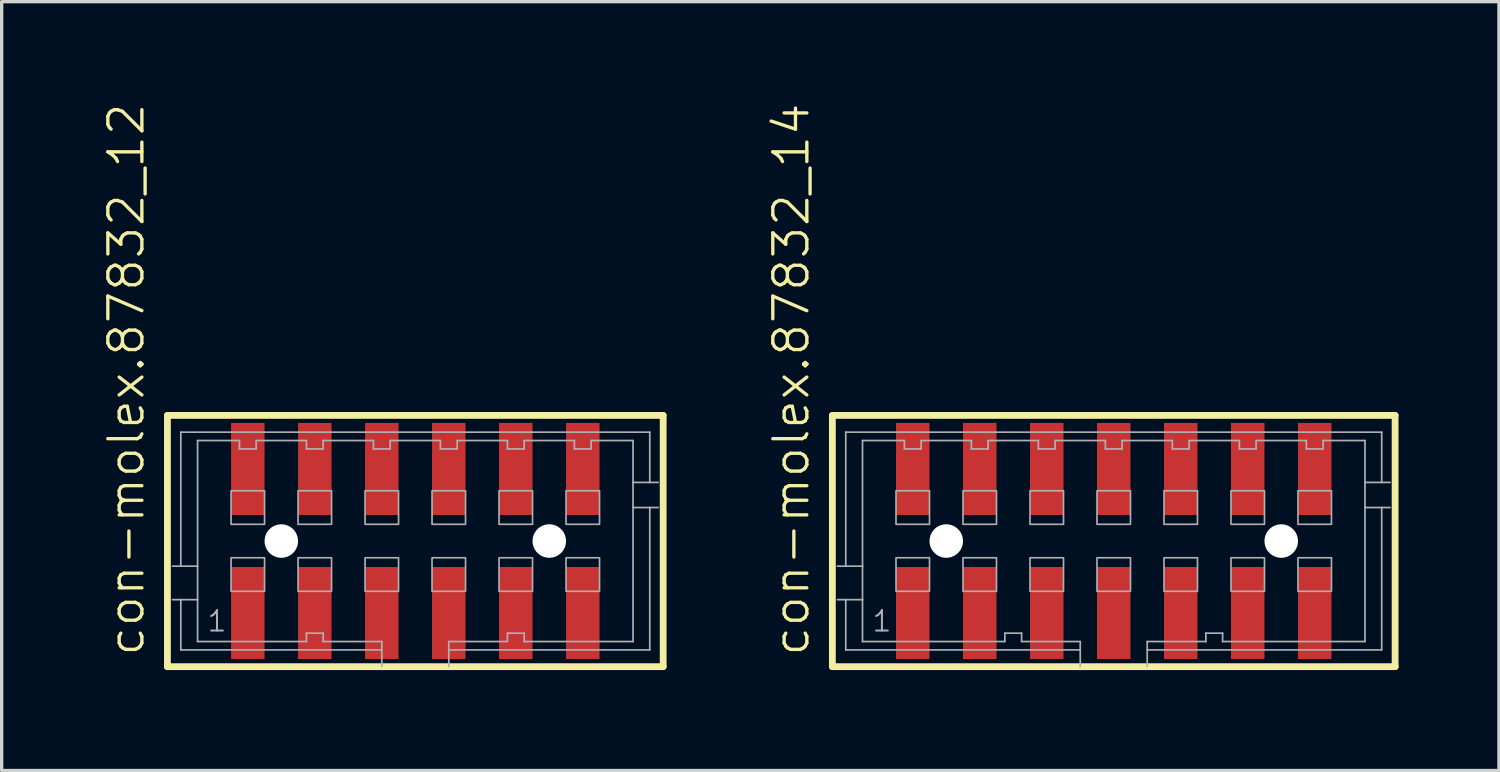
<source format=kicad_pcb>
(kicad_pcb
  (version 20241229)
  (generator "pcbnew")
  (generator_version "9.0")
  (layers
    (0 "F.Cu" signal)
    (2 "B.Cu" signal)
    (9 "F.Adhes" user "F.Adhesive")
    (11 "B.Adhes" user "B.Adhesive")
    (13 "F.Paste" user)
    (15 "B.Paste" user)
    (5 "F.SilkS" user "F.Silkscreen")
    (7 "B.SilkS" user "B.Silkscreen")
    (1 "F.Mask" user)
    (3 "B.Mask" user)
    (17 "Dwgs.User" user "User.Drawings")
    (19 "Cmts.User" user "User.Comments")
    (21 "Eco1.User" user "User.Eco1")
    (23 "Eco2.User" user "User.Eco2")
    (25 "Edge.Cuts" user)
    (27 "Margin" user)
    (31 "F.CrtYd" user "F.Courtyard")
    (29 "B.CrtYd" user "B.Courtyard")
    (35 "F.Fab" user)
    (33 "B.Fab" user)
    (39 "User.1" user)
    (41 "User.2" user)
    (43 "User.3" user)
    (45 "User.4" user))
  (footprint "con-molex.87832_12"
    (layer "F.Cu")
    (at 9.348 13.102)
    (property "Reference" "con-molex.87832_12" (at -8.033 3.493 90) (layer "F.SilkS") (effects (font (size 1.016 1.016) (thickness 0.1)) (justify left bottom)))
    (attr smd)
    (fp_line (start -7.4 -3.75) (end 7.4 -3.75) (stroke (width 0.203) (type default)) (layer "F.SilkS"))
    (fp_line (start -7.4 3.75) (end -7.4 -3.75) (stroke (width 0.203) (type default)) (layer "F.SilkS"))
    (fp_line (start 7.4 -3.75) (end 7.4 3.75) (stroke (width 0.203) (type default)) (layer "F.SilkS"))
    (fp_line (start 7.4 3.75) (end -7.4 3.75) (stroke (width 0.203) (type default)) (layer "F.SilkS"))
    (fp_line (start -7 -3.25) (end 7 -3.25) (stroke (width 0.051) (type default)) (layer "F.Fab"))
    (fp_line (start -7 0.75) (end -7.25 0.75) (stroke (width 0.051) (type default)) (layer "F.Fab"))
    (fp_line (start -7 0.75) (end -7 -3.25) (stroke (width 0.051) (type default)) (layer "F.Fab"))
    (fp_line (start -7 1.75) (end -7.25 1.75) (stroke (width 0.051) (type default)) (layer "F.Fab"))
    (fp_line (start -7 3.25) (end -7 1.75) (stroke (width 0.051) (type default)) (layer "F.Fab"))
    (fp_line (start -6.5 -3) (end -6.5 0.75) (stroke (width 0.051) (type default)) (layer "F.Fab"))
    (fp_line (start -6.5 0.75) (end -7 0.75) (stroke (width 0.051) (type default)) (layer "F.Fab"))
    (fp_line (start -6.5 0.75) (end -6.5 1.75) (stroke (width 0.051) (type default)) (layer "F.Fab"))
    (fp_line (start -6.5 1.75) (end -7 1.75) (stroke (width 0.051) (type default)) (layer "F.Fab"))
    (fp_line (start -6.5 1.75) (end -6.5 3) (stroke (width 0.051) (type default)) (layer "F.Fab"))
    (fp_line (start -6.5 3) (end -3.25 3) (stroke (width 0.051) (type default)) (layer "F.Fab"))
    (fp_line (start -5.25 -3) (end -6.5 -3) (stroke (width 0.051) (type default)) (layer "F.Fab"))
    (fp_line (start -5.25 -2.75) (end -5.25 -3) (stroke (width 0.051) (type default)) (layer "F.Fab"))
    (fp_line (start -4.75 -3) (end -4.75 -2.75) (stroke (width 0.051) (type default)) (layer "F.Fab"))
    (fp_line (start -4.75 -2.75) (end -5.25 -2.75) (stroke (width 0.051) (type default)) (layer "F.Fab"))
    (fp_line (start -3.25 -3) (end -4.75 -3) (stroke (width 0.051) (type default)) (layer "F.Fab"))
    (fp_line (start -3.25 -2.75) (end -3.25 -3) (stroke (width 0.051) (type default)) (layer "F.Fab"))
    (fp_line (start -3.25 2.75) (end -2.75 2.75) (stroke (width 0.051) (type default)) (layer "F.Fab"))
    (fp_line (start -3.25 3) (end -3.25 2.75) (stroke (width 0.051) (type default)) (layer "F.Fab"))
    (fp_line (start -2.75 -3) (end -2.75 -2.75) (stroke (width 0.051) (type default)) (layer "F.Fab"))
    (fp_line (start -2.75 -2.75) (end -3.25 -2.75) (stroke (width 0.051) (type default)) (layer "F.Fab"))
    (fp_line (start -2.75 2.75) (end -2.75 3) (stroke (width 0.051) (type default)) (layer "F.Fab"))
    (fp_line (start -2.75 3) (end -1 3) (stroke (width 0.051) (type default)) (layer "F.Fab"))
    (fp_line (start -1.25 -3) (end -2.75 -3) (stroke (width 0.051) (type default)) (layer "F.Fab"))
    (fp_line (start -1.25 -2.75) (end -1.25 -3) (stroke (width 0.051) (type default)) (layer "F.Fab"))
    (fp_line (start -1 3) (end -1 3.25) (stroke (width 0.051) (type default)) (layer "F.Fab"))
    (fp_line (start -1 3.25) (end -7 3.25) (stroke (width 0.051) (type default)) (layer "F.Fab"))
    (fp_line (start -1 3.25) (end -1 3.75) (stroke (width 0.051) (type default)) (layer "F.Fab"))
    (fp_line (start -0.75 -3) (end -0.75 -2.75) (stroke (width 0.051) (type default)) (layer "F.Fab"))
    (fp_line (start -0.75 -2.75) (end -1.25 -2.75) (stroke (width 0.051) (type default)) (layer "F.Fab"))
    (fp_line (start 0.75 -3) (end -0.75 -3) (stroke (width 0.051) (type default)) (layer "F.Fab"))
    (fp_line (start 0.75 -2.75) (end 0.75 -3) (stroke (width 0.051) (type default)) (layer "F.Fab"))
    (fp_line (start 1 3) (end 2.75 3) (stroke (width 0.051) (type default)) (layer "F.Fab"))
    (fp_line (start 1 3.25) (end 1 3) (stroke (width 0.051) (type default)) (layer "F.Fab"))
    (fp_line (start 1 3.75) (end 1 3.25) (stroke (width 0.051) (type default)) (layer "F.Fab"))
    (fp_line (start 1.25 -3) (end 1.25 -2.75) (stroke (width 0.051) (type default)) (layer "F.Fab"))
    (fp_line (start 1.25 -2.75) (end 0.75 -2.75) (stroke (width 0.051) (type default)) (layer "F.Fab"))
    (fp_line (start 2.75 -3) (end 1.25 -3) (stroke (width 0.051) (type default)) (layer "F.Fab"))
    (fp_line (start 2.75 -2.75) (end 2.75 -3) (stroke (width 0.051) (type default)) (layer "F.Fab"))
    (fp_line (start 2.75 2.75) (end 3.25 2.75) (stroke (width 0.051) (type default)) (layer "F.Fab"))
    (fp_line (start 2.75 3) (end 2.75 2.75) (stroke (width 0.051) (type default)) (layer "F.Fab"))
    (fp_line (start 3.25 -3) (end 3.25 -2.75) (stroke (width 0.051) (type default)) (layer "F.Fab"))
    (fp_line (start 3.25 -2.75) (end 2.75 -2.75) (stroke (width 0.051) (type default)) (layer "F.Fab"))
    (fp_line (start 3.25 2.75) (end 3.25 3) (stroke (width 0.051) (type default)) (layer "F.Fab"))
    (fp_line (start 3.25 3) (end 6.5 3) (stroke (width 0.051) (type default)) (layer "F.Fab"))
    (fp_line (start 4.75 -3) (end 3.25 -3) (stroke (width 0.051) (type default)) (layer "F.Fab"))
    (fp_line (start 4.75 -2.75) (end 4.75 -3) (stroke (width 0.051) (type default)) (layer "F.Fab"))
    (fp_line (start 5.25 -3) (end 5.25 -2.75) (stroke (width 0.051) (type default)) (layer "F.Fab"))
    (fp_line (start 5.25 -2.75) (end 4.75 -2.75) (stroke (width 0.051) (type default)) (layer "F.Fab"))
    (fp_line (start 6.5 -3) (end 5.25 -3) (stroke (width 0.051) (type default)) (layer "F.Fab"))
    (fp_line (start 6.5 -1.75) (end 6.5 -3) (stroke (width 0.051) (type default)) (layer "F.Fab"))
    (fp_line (start 6.5 -1.75) (end 7 -1.75) (stroke (width 0.051) (type default)) (layer "F.Fab"))
    (fp_line (start 6.5 -1) (end 6.5 -1.75) (stroke (width 0.051) (type default)) (layer "F.Fab"))
    (fp_line (start 6.5 -1) (end 7 -1) (stroke (width 0.051) (type default)) (layer "F.Fab"))
    (fp_line (start 6.5 3) (end 6.5 -1) (stroke (width 0.051) (type default)) (layer "F.Fab"))
    (fp_line (start 7 -3.25) (end 7 -1.75) (stroke (width 0.051) (type default)) (layer "F.Fab"))
    (fp_line (start 7 -1.75) (end 7.25 -1.75) (stroke (width 0.051) (type default)) (layer "F.Fab"))
    (fp_line (start 7 -1) (end 7 3.25) (stroke (width 0.051) (type default)) (layer "F.Fab"))
    (fp_line (start 7 -1) (end 7.25 -1) (stroke (width 0.051) (type default)) (layer "F.Fab"))
    (fp_line (start 7 3.25) (end 1 3.25) (stroke (width 0.051) (type default)) (layer "F.Fab"))
    (fp_rect (start -5.5 -0.5) (end -4.5 -1.5) (stroke (width 0.05) (type default)) (fill no) (layer "F.Fab"))
    (fp_rect (start -5.5 1.5) (end -4.5 0.5) (stroke (width 0.05) (type default)) (fill no) (layer "F.Fab"))
    (fp_rect (start -3.5 -0.5) (end -2.5 -1.5) (stroke (width 0.05) (type default)) (fill no) (layer "F.Fab"))
    (fp_rect (start -3.5 1.5) (end -2.5 0.5) (stroke (width 0.05) (type default)) (fill no) (layer "F.Fab"))
    (fp_rect (start -1.5 -0.5) (end -0.5 -1.5) (stroke (width 0.05) (type default)) (fill no) (layer "F.Fab"))
    (fp_rect (start -1.5 1.5) (end -0.5 0.5) (stroke (width 0.05) (type default)) (fill no) (layer "F.Fab"))
    (fp_rect (start 0.5 -0.5) (end 1.5 -1.5) (stroke (width 0.05) (type default)) (fill no) (layer "F.Fab"))
    (fp_rect (start 0.5 1.5) (end 1.5 0.5) (stroke (width 0.05) (type default)) (fill no) (layer "F.Fab"))
    (fp_rect (start 2.5 -0.5) (end 3.5 -1.5) (stroke (width 0.05) (type default)) (fill no) (layer "F.Fab"))
    (fp_rect (start 2.5 1.5) (end 3.5 0.5) (stroke (width 0.05) (type default)) (fill no) (layer "F.Fab"))
    (fp_rect (start 4.5 -0.5) (end 5.5 -1.5) (stroke (width 0.05) (type default)) (fill no) (layer "F.Fab"))
    (fp_rect (start 4.5 1.5) (end 5.5 0.5) (stroke (width 0.05) (type default)) (fill no) (layer "F.Fab"))
    (fp_text user "1" (at -6.25 2.75 0) (layer "F.Fab") (effects (font (size 0.61 0.61) (thickness 0.06)) (justify left bottom)))
    (pad "" np_thru_hole circle (at -4 0) (size 1 1) (drill 1) (layers "*.Cu" "*.Mask"))
    (pad "" np_thru_hole circle (at 4 0) (size 1 1) (drill 1) (layers "*.Cu" "*.Mask"))
    (pad "1" smd roundrect (at -5 2.15) (size 1 2.75) (layers "F.Cu" "F.Mask" "F.Paste") (roundrect_rratio 0.01))
    (pad "2" smd roundrect (at -5 -2.15) (size 1 2.75) (layers "F.Cu" "F.Mask" "F.Paste") (roundrect_rratio 0.01))
    (pad "3" smd roundrect (at -3 2.15) (size 1 2.75) (layers "F.Cu" "F.Mask" "F.Paste") (roundrect_rratio 0.01))
    (pad "4" smd roundrect (at -3 -2.15) (size 1 2.75) (layers "F.Cu" "F.Mask" "F.Paste") (roundrect_rratio 0.01))
    (pad "5" smd roundrect (at -1 2.15) (size 1 2.75) (layers "F.Cu" "F.Mask" "F.Paste") (roundrect_rratio 0.01))
    (pad "6" smd roundrect (at -1 -2.15) (size 1 2.75) (layers "F.Cu" "F.Mask" "F.Paste") (roundrect_rratio 0.01))
    (pad "7" smd roundrect (at 1 2.15) (size 1 2.75) (layers "F.Cu" "F.Mask" "F.Paste") (roundrect_rratio 0.01))
    (pad "8" smd roundrect (at 1 -2.15) (size 1 2.75) (layers "F.Cu" "F.Mask" "F.Paste") (roundrect_rratio 0.01))
    (pad "9" smd roundrect (at 3 2.15 180) (size 1 2.75) (layers "F.Cu" "F.Mask" "F.Paste") (roundrect_rratio 0.01))
    (pad "10" smd roundrect (at 3 -2.15 180) (size 1 2.75) (layers "F.Cu" "F.Mask" "F.Paste") (roundrect_rratio 0.01))
    (pad "11" smd roundrect (at 5 2.15) (size 1 2.75) (layers "F.Cu" "F.Mask" "F.Paste") (roundrect_rratio 0.01))
    (pad "12" smd roundrect (at 5 -2.15) (size 1 2.75) (layers "F.Cu" "F.Mask" "F.Paste") (roundrect_rratio 0.01)))
  (footprint "con-molex.87832_14"
    (layer "F.Cu")
    (at 30.199 13.102)
    (property "Reference" "con-molex.87832_14" (at -9.033 3.493 90) (layer "F.SilkS") (effects (font (size 1.016 1.016) (thickness 0.1)) (justify left bottom)))
    (attr smd)
    (fp_line (start -8.4 -3.75) (end 8.4 -3.75) (stroke (width 0.203) (type default)) (layer "F.SilkS"))
    (fp_line (start -8.4 3.75) (end -8.4 -3.75) (stroke (width 0.203) (type default)) (layer "F.SilkS"))
    (fp_line (start 8.4 -3.75) (end 8.4 3.75) (stroke (width 0.203) (type default)) (layer "F.SilkS"))
    (fp_line (start 8.4 3.75) (end -8.4 3.75) (stroke (width 0.203) (type default)) (layer "F.SilkS"))
    (fp_line (start -8 -3.25) (end 8 -3.25) (stroke (width 0.051) (type default)) (layer "F.Fab"))
    (fp_line (start -8 0.75) (end -8.25 0.75) (stroke (width 0.051) (type default)) (layer "F.Fab"))
    (fp_line (start -8 0.75) (end -8 -3.25) (stroke (width 0.051) (type default)) (layer "F.Fab"))
    (fp_line (start -8 1.75) (end -8.25 1.75) (stroke (width 0.051) (type default)) (layer "F.Fab"))
    (fp_line (start -8 3.25) (end -8 1.75) (stroke (width 0.051) (type default)) (layer "F.Fab"))
    (fp_line (start -7.5 -3) (end -7.5 0.75) (stroke (width 0.051) (type default)) (layer "F.Fab"))
    (fp_line (start -7.5 0.75) (end -8 0.75) (stroke (width 0.051) (type default)) (layer "F.Fab"))
    (fp_line (start -7.5 0.75) (end -7.5 1.75) (stroke (width 0.051) (type default)) (layer "F.Fab"))
    (fp_line (start -7.5 1.75) (end -8 1.75) (stroke (width 0.051) (type default)) (layer "F.Fab"))
    (fp_line (start -7.5 1.75) (end -7.5 3) (stroke (width 0.051) (type default)) (layer "F.Fab"))
    (fp_line (start -7.5 3) (end -3.25 3) (stroke (width 0.051) (type default)) (layer "F.Fab"))
    (fp_line (start -6.25 -3) (end -7.5 -3) (stroke (width 0.051) (type default)) (layer "F.Fab"))
    (fp_line (start -6.25 -2.75) (end -6.25 -3) (stroke (width 0.051) (type default)) (layer "F.Fab"))
    (fp_line (start -5.75 -3) (end -5.75 -2.75) (stroke (width 0.051) (type default)) (layer "F.Fab"))
    (fp_line (start -5.75 -2.75) (end -6.25 -2.75) (stroke (width 0.051) (type default)) (layer "F.Fab"))
    (fp_line (start -4.25 -3) (end -5.75 -3) (stroke (width 0.051) (type default)) (layer "F.Fab"))
    (fp_line (start -4.25 -2.75) (end -4.25 -3) (stroke (width 0.051) (type default)) (layer "F.Fab"))
    (fp_line (start -3.75 -3) (end -3.75 -2.75) (stroke (width 0.051) (type default)) (layer "F.Fab"))
    (fp_line (start -3.75 -2.75) (end -4.25 -2.75) (stroke (width 0.051) (type default)) (layer "F.Fab"))
    (fp_line (start -3.25 2.75) (end -2.75 2.75) (stroke (width 0.051) (type default)) (layer "F.Fab"))
    (fp_line (start -3.25 3) (end -3.25 2.75) (stroke (width 0.051) (type default)) (layer "F.Fab"))
    (fp_line (start -2.75 2.75) (end -2.75 3) (stroke (width 0.051) (type default)) (layer "F.Fab"))
    (fp_line (start -2.75 3) (end -1 3) (stroke (width 0.051) (type default)) (layer "F.Fab"))
    (fp_line (start -2.25 -3) (end -3.75 -3) (stroke (width 0.051) (type default)) (layer "F.Fab"))
    (fp_line (start -2.25 -2.75) (end -2.25 -3) (stroke (width 0.051) (type default)) (layer "F.Fab"))
    (fp_line (start -1.75 -3) (end -1.75 -2.75) (stroke (width 0.051) (type default)) (layer "F.Fab"))
    (fp_line (start -1.75 -2.75) (end -2.25 -2.75) (stroke (width 0.051) (type default)) (layer "F.Fab"))
    (fp_line (start -1 3) (end -1 3.25) (stroke (width 0.051) (type default)) (layer "F.Fab"))
    (fp_line (start -1 3.25) (end -8 3.25) (stroke (width 0.051) (type default)) (layer "F.Fab"))
    (fp_line (start -1 3.25) (end -1 3.75) (stroke (width 0.051) (type default)) (layer "F.Fab"))
    (fp_line (start -0.25 -3) (end -1.75 -3) (stroke (width 0.051) (type default)) (layer "F.Fab"))
    (fp_line (start -0.25 -2.75) (end -0.25 -3) (stroke (width 0.051) (type default)) (layer "F.Fab"))
    (fp_line (start 0.25 -3) (end 0.25 -2.75) (stroke (width 0.051) (type default)) (layer "F.Fab"))
    (fp_line (start 0.25 -2.75) (end -0.25 -2.75) (stroke (width 0.051) (type default)) (layer "F.Fab"))
    (fp_line (start 1 3) (end 2.75 3) (stroke (width 0.051) (type default)) (layer "F.Fab"))
    (fp_line (start 1 3.25) (end 1 3) (stroke (width 0.051) (type default)) (layer "F.Fab"))
    (fp_line (start 1 3.75) (end 1 3.25) (stroke (width 0.051) (type default)) (layer "F.Fab"))
    (fp_line (start 1.75 -3) (end 0.25 -3) (stroke (width 0.051) (type default)) (layer "F.Fab"))
    (fp_line (start 1.75 -2.75) (end 1.75 -3) (stroke (width 0.051) (type default)) (layer "F.Fab"))
    (fp_line (start 2.25 -3) (end 2.25 -2.75) (stroke (width 0.051) (type default)) (layer "F.Fab"))
    (fp_line (start 2.25 -2.75) (end 1.75 -2.75) (stroke (width 0.051) (type default)) (layer "F.Fab"))
    (fp_line (start 2.75 2.75) (end 3.25 2.75) (stroke (width 0.051) (type default)) (layer "F.Fab"))
    (fp_line (start 2.75 3) (end 2.75 2.75) (stroke (width 0.051) (type default)) (layer "F.Fab"))
    (fp_line (start 3.25 2.75) (end 3.25 3) (stroke (width 0.051) (type default)) (layer "F.Fab"))
    (fp_line (start 3.25 3) (end 7.5 3) (stroke (width 0.051) (type default)) (layer "F.Fab"))
    (fp_line (start 3.75 -3) (end 2.25 -3) (stroke (width 0.051) (type default)) (layer "F.Fab"))
    (fp_line (start 3.75 -2.75) (end 3.75 -3) (stroke (width 0.051) (type default)) (layer "F.Fab"))
    (fp_line (start 4.25 -3) (end 4.25 -2.75) (stroke (width 0.051) (type default)) (layer "F.Fab"))
    (fp_line (start 4.25 -2.75) (end 3.75 -2.75) (stroke (width 0.051) (type default)) (layer "F.Fab"))
    (fp_line (start 5.75 -3) (end 4.25 -3) (stroke (width 0.051) (type default)) (layer "F.Fab"))
    (fp_line (start 5.75 -2.75) (end 5.75 -3) (stroke (width 0.051) (type default)) (layer "F.Fab"))
    (fp_line (start 6.25 -3) (end 6.25 -2.75) (stroke (width 0.051) (type default)) (layer "F.Fab"))
    (fp_line (start 6.25 -2.75) (end 5.75 -2.75) (stroke (width 0.051) (type default)) (layer "F.Fab"))
    (fp_line (start 7.5 -3) (end 6.25 -3) (stroke (width 0.051) (type default)) (layer "F.Fab"))
    (fp_line (start 7.5 -1.75) (end 7.5 -3) (stroke (width 0.051) (type default)) (layer "F.Fab"))
    (fp_line (start 7.5 -1.75) (end 8 -1.75) (stroke (width 0.051) (type default)) (layer "F.Fab"))
    (fp_line (start 7.5 -1) (end 7.5 -1.75) (stroke (width 0.051) (type default)) (layer "F.Fab"))
    (fp_line (start 7.5 -1) (end 8 -1) (stroke (width 0.051) (type default)) (layer "F.Fab"))
    (fp_line (start 7.5 3) (end 7.5 -1) (stroke (width 0.051) (type default)) (layer "F.Fab"))
    (fp_line (start 8 -3.25) (end 8 -1.75) (stroke (width 0.051) (type default)) (layer "F.Fab"))
    (fp_line (start 8 -1.75) (end 8.25 -1.75) (stroke (width 0.051) (type default)) (layer "F.Fab"))
    (fp_line (start 8 -1) (end 8 3.25) (stroke (width 0.051) (type default)) (layer "F.Fab"))
    (fp_line (start 8 -1) (end 8.25 -1) (stroke (width 0.051) (type default)) (layer "F.Fab"))
    (fp_line (start 8 3.25) (end 1 3.25) (stroke (width 0.051) (type default)) (layer "F.Fab"))
    (fp_rect (start -6.5 -0.5) (end -5.5 -1.5) (stroke (width 0.05) (type default)) (fill no) (layer "F.Fab"))
    (fp_rect (start -6.5 1.5) (end -5.5 0.5) (stroke (width 0.05) (type default)) (fill no) (layer "F.Fab"))
    (fp_rect (start -4.5 -0.5) (end -3.5 -1.5) (stroke (width 0.05) (type default)) (fill no) (layer "F.Fab"))
    (fp_rect (start -4.5 1.5) (end -3.5 0.5) (stroke (width 0.05) (type default)) (fill no) (layer "F.Fab"))
    (fp_rect (start -2.5 -0.5) (end -1.5 -1.5) (stroke (width 0.05) (type default)) (fill no) (layer "F.Fab"))
    (fp_rect (start -2.5 1.5) (end -1.5 0.5) (stroke (width 0.05) (type default)) (fill no) (layer "F.Fab"))
    (fp_rect (start -0.5 -0.5) (end 0.5 -1.5) (stroke (width 0.05) (type default)) (fill no) (layer "F.Fab"))
    (fp_rect (start -0.5 1.5) (end 0.5 0.5) (stroke (width 0.05) (type default)) (fill no) (layer "F.Fab"))
    (fp_rect (start 1.5 -0.5) (end 2.5 -1.5) (stroke (width 0.05) (type default)) (fill no) (layer "F.Fab"))
    (fp_rect (start 1.5 1.5) (end 2.5 0.5) (stroke (width 0.05) (type default)) (fill no) (layer "F.Fab"))
    (fp_rect (start 3.5 -0.5) (end 4.5 -1.5) (stroke (width 0.05) (type default)) (fill no) (layer "F.Fab"))
    (fp_rect (start 3.5 1.5) (end 4.5 0.5) (stroke (width 0.05) (type default)) (fill no) (layer "F.Fab"))
    (fp_rect (start 5.5 -0.5) (end 6.5 -1.5) (stroke (width 0.05) (type default)) (fill no) (layer "F.Fab"))
    (fp_rect (start 5.5 1.5) (end 6.5 0.5) (stroke (width 0.05) (type default)) (fill no) (layer "F.Fab"))
    (fp_text user "1" (at -7.25 2.75 0) (layer "F.Fab") (effects (font (size 0.61 0.61) (thickness 0.06)) (justify left bottom)))
    (pad "" np_thru_hole circle (at -5 0) (size 1 1) (drill 1) (layers "*.Cu" "*.Mask"))
    (pad "" np_thru_hole circle (at 5 0) (size 1 1) (drill 1) (layers "*.Cu" "*.Mask"))
    (pad "1" smd roundrect (at -6 2.15) (size 1 2.75) (layers "F.Cu" "F.Mask" "F.Paste") (roundrect_rratio 0.01))
    (pad "2" smd roundrect (at -6 -2.15) (size 1 2.75) (layers "F.Cu" "F.Mask" "F.Paste") (roundrect_rratio 0.01))
    (pad "3" smd roundrect (at -4 2.15) (size 1 2.75) (layers "F.Cu" "F.Mask" "F.Paste") (roundrect_rratio 0.01))
    (pad "4" smd roundrect (at -4 -2.15) (size 1 2.75) (layers "F.Cu" "F.Mask" "F.Paste") (roundrect_rratio 0.01))
    (pad "5" smd roundrect (at -2 2.15) (size 1 2.75) (layers "F.Cu" "F.Mask" "F.Paste") (roundrect_rratio 0.01))
    (pad "6" smd roundrect (at -2 -2.15) (size 1 2.75) (layers "F.Cu" "F.Mask" "F.Paste") (roundrect_rratio 0.01))
    (pad "7" smd roundrect (at 0 2.15) (size 1 2.75) (layers "F.Cu" "F.Mask" "F.Paste") (roundrect_rratio 0.01))
    (pad "8" smd roundrect (at 0 -2.15) (size 1 2.75) (layers "F.Cu" "F.Mask" "F.Paste") (roundrect_rratio 0.01))
    (pad "9" smd roundrect (at 2 2.15 180) (size 1 2.75) (layers "F.Cu" "F.Mask" "F.Paste") (roundrect_rratio 0.01))
    (pad "10" smd roundrect (at 2 -2.15 180) (size 1 2.75) (layers "F.Cu" "F.Mask" "F.Paste") (roundrect_rratio 0.01))
    (pad "11" smd roundrect (at 4 2.15) (size 1 2.75) (layers "F.Cu" "F.Mask" "F.Paste") (roundrect_rratio 0.01))
    (pad "12" smd roundrect (at 4 -2.15) (size 1 2.75) (layers "F.Cu" "F.Mask" "F.Paste") (roundrect_rratio 0.01))
    (pad "13" smd roundrect (at 6 2.15) (size 1 2.75) (layers "F.Cu" "F.Mask" "F.Paste") (roundrect_rratio 0.01))
    (pad "14" smd roundrect (at 6 -2.15) (size 1 2.75) (layers "F.Cu" "F.Mask" "F.Paste") (roundrect_rratio 0.01)))
  (gr_rect
    (start -3 -3)
    (end 41.7 19.954)
    (stroke (width 0.1) (type default))
    (fill no)
    (layer "Edge.Cuts")))
</source>
